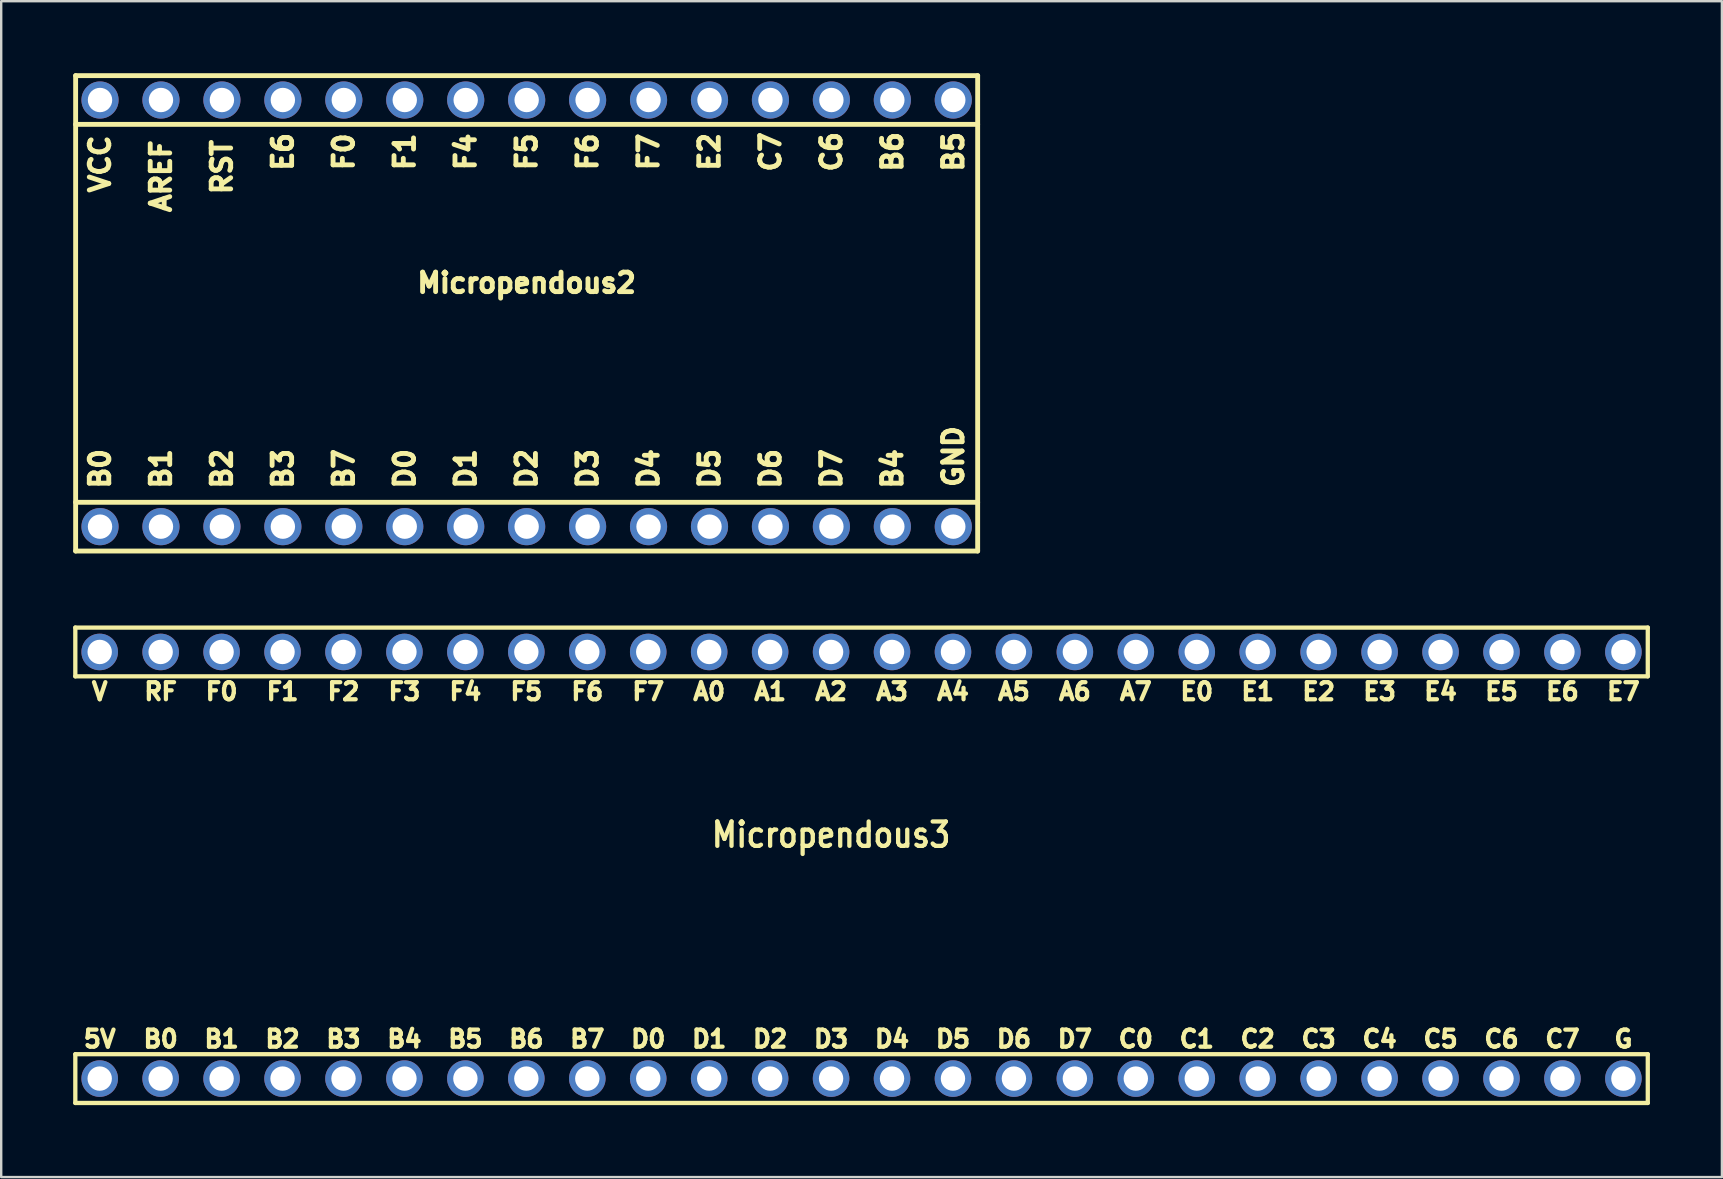
<source format=kicad_pcb>
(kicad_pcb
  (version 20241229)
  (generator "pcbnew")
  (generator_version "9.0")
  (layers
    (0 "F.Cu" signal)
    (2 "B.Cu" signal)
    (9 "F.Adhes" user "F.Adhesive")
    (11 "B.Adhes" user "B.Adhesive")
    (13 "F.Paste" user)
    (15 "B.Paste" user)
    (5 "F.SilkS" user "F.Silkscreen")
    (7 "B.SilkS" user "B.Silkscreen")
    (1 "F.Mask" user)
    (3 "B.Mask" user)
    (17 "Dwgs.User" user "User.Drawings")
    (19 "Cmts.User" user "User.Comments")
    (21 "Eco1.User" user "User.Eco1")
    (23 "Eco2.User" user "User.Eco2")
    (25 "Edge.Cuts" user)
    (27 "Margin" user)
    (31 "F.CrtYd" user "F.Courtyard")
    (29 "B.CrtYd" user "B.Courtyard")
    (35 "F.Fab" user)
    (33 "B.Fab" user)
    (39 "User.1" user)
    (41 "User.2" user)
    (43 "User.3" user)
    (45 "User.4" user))
  (footprint "Micropendous3"
    (layer "F.Cu")
    (at 31.585 31.74)
    (property "Reference" "Micropendous3" (at 0 0 0) (layer "F.SilkS") (effects (font (size 1.016 0.889) (thickness 0.178))))
    (attr through_hole)
    (fp_line (start -31.496 -8.636) (end 34.036 -8.636) (stroke (width 0.178) (type solid)) (layer "F.SilkS"))
    (fp_line (start -31.496 -6.604) (end -31.496 -8.636) (stroke (width 0.178) (type solid)) (layer "F.SilkS"))
    (fp_line (start -31.496 9.144) (end 34.036 9.144) (stroke (width 0.178) (type solid)) (layer "F.SilkS"))
    (fp_line (start -31.496 11.176) (end -31.496 9.144) (stroke (width 0.178) (type solid)) (layer "F.SilkS"))
    (fp_line (start 34.036 -8.636) (end 34.036 -6.604) (stroke (width 0.178) (type solid)) (layer "F.SilkS"))
    (fp_line (start 34.036 -6.604) (end -31.496 -6.604) (stroke (width 0.178) (type solid)) (layer "F.SilkS"))
    (fp_line (start 34.036 9.144) (end 34.036 11.176) (stroke (width 0.178) (type solid)) (layer "F.SilkS"))
    (fp_line (start 34.036 11.176) (end -31.496 11.176) (stroke (width 0.178) (type solid)) (layer "F.SilkS"))
    (fp_text user "A5" (at 7.62 -5.969 0) (layer "F.SilkS") (effects (font (size 0.711 0.711) (thickness 0.178))))
    (fp_text user "C1" (at 15.24 8.509 0) (layer "F.SilkS") (effects (font (size 0.711 0.711) (thickness 0.178))))
    (fp_text user "C6" (at 27.94 8.509 0) (layer "F.SilkS") (effects (font (size 0.711 0.711) (thickness 0.178))))
    (fp_text user "B6" (at -12.7 8.509 0) (layer "F.SilkS") (effects (font (size 0.711 0.711) (thickness 0.178))))
    (fp_text user "D7" (at 10.16 8.509 0) (layer "F.SilkS") (effects (font (size 0.711 0.711) (thickness 0.178))))
    (fp_text user "F3" (at -17.78 -5.969 0) (layer "F.SilkS") (effects (font (size 0.711 0.711) (thickness 0.178))))
    (fp_text user "D4" (at 2.54 8.509 0) (layer "F.SilkS") (effects (font (size 0.711 0.711) (thickness 0.178))))
    (fp_text user "A1" (at -2.54 -5.969 0) (layer "F.SilkS") (effects (font (size 0.711 0.711) (thickness 0.178))))
    (fp_text user "E7" (at 33.02 -5.969 0) (layer "F.SilkS") (effects (font (size 0.711 0.711) (thickness 0.178))))
    (fp_text user "D6" (at 7.62 8.509 0) (layer "F.SilkS") (effects (font (size 0.711 0.711) (thickness 0.178))))
    (fp_text user "E5" (at 27.94 -5.969 0) (layer "F.SilkS") (effects (font (size 0.711 0.711) (thickness 0.178))))
    (fp_text user "B5" (at -15.24 8.509 0) (layer "F.SilkS") (effects (font (size 0.711 0.711) (thickness 0.178))))
    (fp_text user "F4" (at -15.24 -5.969 0) (layer "F.SilkS") (effects (font (size 0.711 0.711) (thickness 0.178))))
    (fp_text user "5V" (at -30.48 8.509 0) (layer "F.SilkS") (effects (font (size 0.711 0.711) (thickness 0.178))))
    (fp_text user "A0" (at -5.08 -5.969 0) (layer "F.SilkS") (effects (font (size 0.711 0.711) (thickness 0.178))))
    (fp_text user "B1" (at -25.4 8.509 0) (layer "F.SilkS") (effects (font (size 0.711 0.711) (thickness 0.178))))
    (fp_text user "D0" (at -7.62 8.509 0) (layer "F.SilkS") (effects (font (size 0.711 0.711) (thickness 0.178))))
    (fp_text user "A3" (at 2.54 -5.969 0) (layer "F.SilkS") (effects (font (size 0.711 0.711) (thickness 0.178))))
    (fp_text user "A6" (at 10.16 -5.969 0) (layer "F.SilkS") (effects (font (size 0.711 0.711) (thickness 0.178))))
    (fp_text user "A2" (at 0 -5.969 0) (layer "F.SilkS") (effects (font (size 0.711 0.711) (thickness 0.178))))
    (fp_text user "A7" (at 12.7 -5.969 0) (layer "F.SilkS") (effects (font (size 0.711 0.711) (thickness 0.178))))
    (fp_text user "E3" (at 22.86 -5.969 0) (layer "F.SilkS") (effects (font (size 0.711 0.711) (thickness 0.178))))
    (fp_text user "B7" (at -10.16 8.509 0) (layer "F.SilkS") (effects (font (size 0.711 0.711) (thickness 0.178))))
    (fp_text user "E4" (at 25.4 -5.969 0) (layer "F.SilkS") (effects (font (size 0.711 0.711) (thickness 0.178))))
    (fp_text user "B0" (at -27.94 8.509 0) (layer "F.SilkS") (effects (font (size 0.711 0.711) (thickness 0.178))))
    (fp_text user "F5" (at -12.7 -5.969 0) (layer "F.SilkS") (effects (font (size 0.711 0.711) (thickness 0.178))))
    (fp_text user "F6" (at -10.16 -5.969 0) (layer "F.SilkS") (effects (font (size 0.711 0.711) (thickness 0.178))))
    (fp_text user "D1" (at -5.08 8.509 0) (layer "F.SilkS") (effects (font (size 0.711 0.711) (thickness 0.178))))
    (fp_text user "E2" (at 20.32 -5.969 0) (layer "F.SilkS") (effects (font (size 0.711 0.711) (thickness 0.178))))
    (fp_text user "F7" (at -7.62 -5.969 0) (layer "F.SilkS") (effects (font (size 0.711 0.711) (thickness 0.178))))
    (fp_text user "B2" (at -22.86 8.509 0) (layer "F.SilkS") (effects (font (size 0.711 0.711) (thickness 0.178))))
    (fp_text user "F0" (at -25.4 -5.969 0) (layer "F.SilkS") (effects (font (size 0.711 0.711) (thickness 0.178))))
    (fp_text user "F2" (at -20.32 -5.969 0) (layer "F.SilkS") (effects (font (size 0.711 0.711) (thickness 0.178))))
    (fp_text user "E6" (at 30.48 -5.969 0) (layer "F.SilkS") (effects (font (size 0.711 0.711) (thickness 0.178))))
    (fp_text user "E1" (at 17.78 -5.969 0) (layer "F.SilkS") (effects (font (size 0.711 0.711) (thickness 0.178))))
    (fp_text user "RF" (at -27.94 -5.969 0) (layer "F.SilkS") (effects (font (size 0.711 0.711) (thickness 0.178))))
    (fp_text user "C7" (at 30.48 8.509 0) (layer "F.SilkS") (effects (font (size 0.711 0.711) (thickness 0.178))))
    (fp_text user "D3" (at 0 8.509 0) (layer "F.SilkS") (effects (font (size 0.711 0.711) (thickness 0.178))))
    (fp_text user "C4" (at 22.86 8.509 0) (layer "F.SilkS") (effects (font (size 0.711 0.711) (thickness 0.178))))
    (fp_text user "B3" (at -20.32 8.509 0) (layer "F.SilkS") (effects (font (size 0.711 0.711) (thickness 0.178))))
    (fp_text user "F1" (at -22.86 -5.969 0) (layer "F.SilkS") (effects (font (size 0.711 0.711) (thickness 0.178))))
    (fp_text user "D5" (at 5.08 8.509 0) (layer "F.SilkS") (effects (font (size 0.711 0.711) (thickness 0.178))))
    (fp_text user "V" (at -30.48 -5.969 0) (layer "F.SilkS") (effects (font (size 0.711 0.711) (thickness 0.178))))
    (fp_text user "A4" (at 5.08 -5.969 0) (layer "F.SilkS") (effects (font (size 0.711 0.711) (thickness 0.178))))
    (fp_text user "C5" (at 25.4 8.509 0) (layer "F.SilkS") (effects (font (size 0.711 0.711) (thickness 0.178))))
    (fp_text user "C0" (at 12.7 8.509 0) (layer "F.SilkS") (effects (font (size 0.711 0.711) (thickness 0.178))))
    (fp_text user "C3" (at 20.32 8.509 0) (layer "F.SilkS") (effects (font (size 0.711 0.711) (thickness 0.178))))
    (fp_text user "B4" (at -17.78 8.509 0) (layer "F.SilkS") (effects (font (size 0.711 0.711) (thickness 0.178))))
    (fp_text user "C2" (at 17.78 8.509 0) (layer "F.SilkS") (effects (font (size 0.711 0.711) (thickness 0.178))))
    (fp_text user "G" (at 33.02 8.509 0) (layer "F.SilkS") (effects (font (size 0.711 0.711) (thickness 0.178))))
    (fp_text user "D2" (at -2.54 8.509 0) (layer "F.SilkS") (effects (font (size 0.711 0.711) (thickness 0.178))))
    (fp_text user "E0" (at 15.24 -5.969 0) (layer "F.SilkS") (effects (font (size 0.711 0.711) (thickness 0.178))))
    (pad "1" thru_hole circle (at -30.48 -7.62) (size 1.524 1.524) (drill 1.016) (layers "*.Cu" "*.Mask"))
    (pad "2" thru_hole circle (at -27.94 -7.62) (size 1.524 1.524) (drill 1.016) (layers "*.Cu" "*.Mask"))
    (pad "3" thru_hole circle (at -25.4 -7.62) (size 1.524 1.524) (drill 1.016) (layers "*.Cu" "*.Mask"))
    (pad "4" thru_hole circle (at -22.86 -7.62) (size 1.524 1.524) (drill 1.016) (layers "*.Cu" "*.Mask"))
    (pad "5" thru_hole circle (at -20.32 -7.62) (size 1.524 1.524) (drill 1.016) (layers "*.Cu" "*.Mask"))
    (pad "6" thru_hole circle (at -17.78 -7.62) (size 1.524 1.524) (drill 1.016) (layers "*.Cu" "*.Mask"))
    (pad "7" thru_hole circle (at -15.24 -7.62) (size 1.524 1.524) (drill 1.016) (layers "*.Cu" "*.Mask"))
    (pad "8" thru_hole circle (at -12.7 -7.62) (size 1.524 1.524) (drill 1.016) (layers "*.Cu" "*.Mask"))
    (pad "9" thru_hole circle (at -10.16 -7.62) (size 1.524 1.524) (drill 1.016) (layers "*.Cu" "*.Mask"))
    (pad "10" thru_hole circle (at -7.62 -7.62) (size 1.524 1.524) (drill 1.016) (layers "*.Cu" "*.Mask"))
    (pad "11" thru_hole circle (at -5.08 -7.62) (size 1.524 1.524) (drill 1.016) (layers "*.Cu" "*.Mask"))
    (pad "12" thru_hole circle (at -2.54 -7.62) (size 1.524 1.524) (drill 1.016) (layers "*.Cu" "*.Mask"))
    (pad "13" thru_hole circle (at 0 -7.62) (size 1.524 1.524) (drill 1.016) (layers "*.Cu" "*.Mask"))
    (pad "14" thru_hole circle (at 2.54 -7.62) (size 1.524 1.524) (drill 1.016) (layers "*.Cu" "*.Mask"))
    (pad "15" thru_hole circle (at 5.08 -7.62) (size 1.524 1.524) (drill 1.016) (layers "*.Cu" "*.Mask"))
    (pad "16" thru_hole circle (at 7.62 -7.62) (size 1.524 1.524) (drill 1.016) (layers "*.Cu" "*.Mask"))
    (pad "17" thru_hole circle (at 10.16 -7.62) (size 1.524 1.524) (drill 1.016) (layers "*.Cu" "*.Mask"))
    (pad "18" thru_hole circle (at 12.7 -7.62) (size 1.524 1.524) (drill 1.016) (layers "*.Cu" "*.Mask"))
    (pad "19" thru_hole circle (at 15.24 -7.62) (size 1.524 1.524) (drill 1.016) (layers "*.Cu" "*.Mask"))
    (pad "20" thru_hole circle (at 17.78 -7.62) (size 1.524 1.524) (drill 1.016) (layers "*.Cu" "*.Mask"))
    (pad "21" thru_hole circle (at 20.32 -7.62) (size 1.524 1.524) (drill 1.016) (layers "*.Cu" "*.Mask"))
    (pad "22" thru_hole circle (at 22.86 -7.62) (size 1.524 1.524) (drill 1.016) (layers "*.Cu" "*.Mask"))
    (pad "23" thru_hole circle (at 25.4 -7.62) (size 1.524 1.524) (drill 1.016) (layers "*.Cu" "*.Mask"))
    (pad "24" thru_hole circle (at 27.94 -7.62) (size 1.524 1.524) (drill 1.016) (layers "*.Cu" "*.Mask"))
    (pad "25" thru_hole circle (at 30.48 -7.62) (size 1.524 1.524) (drill 1.016) (layers "*.Cu" "*.Mask"))
    (pad "26" thru_hole circle (at 33.02 -7.62) (size 1.524 1.524) (drill 1.016) (layers "*.Cu" "*.Mask"))
    (pad "27" thru_hole circle (at -30.48 10.16) (size 1.524 1.524) (drill 1.016) (layers "*.Cu" "*.Mask"))
    (pad "28" thru_hole circle (at -27.94 10.16) (size 1.524 1.524) (drill 1.016) (layers "*.Cu" "*.Mask"))
    (pad "29" thru_hole circle (at -25.4 10.16) (size 1.524 1.524) (drill 1.016) (layers "*.Cu" "*.Mask"))
    (pad "30" thru_hole circle (at -22.86 10.16) (size 1.524 1.524) (drill 1.016) (layers "*.Cu" "*.Mask"))
    (pad "31" thru_hole circle (at -20.32 10.16) (size 1.524 1.524) (drill 1.016) (layers "*.Cu" "*.Mask"))
    (pad "32" thru_hole circle (at -17.78 10.16) (size 1.524 1.524) (drill 1.016) (layers "*.Cu" "*.Mask"))
    (pad "33" thru_hole circle (at -15.24 10.16) (size 1.524 1.524) (drill 1.016) (layers "*.Cu" "*.Mask"))
    (pad "34" thru_hole circle (at -12.7 10.16) (size 1.524 1.524) (drill 1.016) (layers "*.Cu" "*.Mask"))
    (pad "35" thru_hole circle (at -10.16 10.16) (size 1.524 1.524) (drill 1.016) (layers "*.Cu" "*.Mask"))
    (pad "36" thru_hole circle (at -7.62 10.16) (size 1.524 1.524) (drill 1.016) (layers "*.Cu" "*.Mask"))
    (pad "37" thru_hole circle (at -5.08 10.16) (size 1.524 1.524) (drill 1.016) (layers "*.Cu" "*.Mask"))
    (pad "38" thru_hole circle (at -2.54 10.16) (size 1.524 1.524) (drill 1.016) (layers "*.Cu" "*.Mask"))
    (pad "39" thru_hole circle (at 0 10.16) (size 1.524 1.524) (drill 1.016) (layers "*.Cu" "*.Mask"))
    (pad "40" thru_hole circle (at 2.54 10.16) (size 1.524 1.524) (drill 1.016) (layers "*.Cu" "*.Mask"))
    (pad "41" thru_hole circle (at 5.08 10.16) (size 1.524 1.524) (drill 1.016) (layers "*.Cu" "*.Mask"))
    (pad "42" thru_hole circle (at 7.62 10.16) (size 1.524 1.524) (drill 1.016) (layers "*.Cu" "*.Mask"))
    (pad "43" thru_hole circle (at 10.16 10.16) (size 1.524 1.524) (drill 1.016) (layers "*.Cu" "*.Mask"))
    (pad "44" thru_hole circle (at 12.7 10.16) (size 1.524 1.524) (drill 1.016) (layers "*.Cu" "*.Mask"))
    (pad "45" thru_hole circle (at 15.24 10.16) (size 1.524 1.524) (drill 1.016) (layers "*.Cu" "*.Mask"))
    (pad "46" thru_hole circle (at 17.78 10.16) (size 1.524 1.524) (drill 1.016) (layers "*.Cu" "*.Mask"))
    (pad "47" thru_hole circle (at 20.32 10.16) (size 1.524 1.524) (drill 1.016) (layers "*.Cu" "*.Mask"))
    (pad "48" thru_hole circle (at 22.86 10.16) (size 1.524 1.524) (drill 1.016) (layers "*.Cu" "*.Mask"))
    (pad "49" thru_hole circle (at 25.4 10.16) (size 1.524 1.524) (drill 1.016) (layers "*.Cu" "*.Mask"))
    (pad "50" thru_hole circle (at 27.94 10.16) (size 1.524 1.524) (drill 1.016) (layers "*.Cu" "*.Mask"))
    (pad "51" thru_hole circle (at 30.48 10.16) (size 1.524 1.524) (drill 1.016) (layers "*.Cu" "*.Mask"))
    (pad "52" thru_hole circle (at 33.02 10.16) (size 1.524 1.524) (drill 1.016) (layers "*.Cu" "*.Mask")))
  (footprint "Micropendous2"
    (layer "F.Cu")
    (at 18.898 10.008)
    (property "Reference" "Micropendous2" (at 0 -1.27 0) (layer "F.SilkS") (effects (font (size 0.813 0.813) (thickness 0.203))))
    (attr through_hole)
    (fp_line (start -18.796 -9.906) (end -18.796 9.906) (stroke (width 0.203) (type solid)) (layer "F.SilkS"))
    (fp_line (start -18.796 7.874) (end 18.796 7.874) (stroke (width 0.203) (type solid)) (layer "F.SilkS"))
    (fp_line (start 18.796 -9.906) (end -18.796 -9.906) (stroke (width 0.203) (type solid)) (layer "F.SilkS"))
    (fp_line (start 18.796 -9.906) (end 18.796 9.906) (stroke (width 0.203) (type solid)) (layer "F.SilkS"))
    (fp_line (start 18.796 -7.874) (end -18.796 -7.874) (stroke (width 0.203) (type solid)) (layer "F.SilkS"))
    (fp_line (start 18.796 9.906) (end -18.796 9.906) (stroke (width 0.203) (type solid)) (layer "F.SilkS"))
    (fp_text user "B6" (at 15.24 -6.731 90) (layer "F.SilkS") (effects (font (size 0.813 0.813) (thickness 0.203))))
    (fp_text user "D6" (at 10.16 6.477 90) (layer "F.SilkS") (effects (font (size 0.813 0.813) (thickness 0.203))))
    (fp_text user "D2" (at 0 6.477 90) (layer "F.SilkS") (effects (font (size 0.813 0.813) (thickness 0.203))))
    (fp_text user "B0" (at -17.78 6.477 90) (layer "F.SilkS") (effects (font (size 0.813 0.813) (thickness 0.203))))
    (fp_text user "D0" (at -5.08 6.477 90) (layer "F.SilkS") (effects (font (size 0.813 0.813) (thickness 0.203))))
    (fp_text user "B5" (at 17.78 -6.731 90) (layer "F.SilkS") (effects (font (size 0.813 0.813) (thickness 0.203))))
    (fp_text user "D1" (at -2.54 6.477 90) (layer "F.SilkS") (effects (font (size 0.813 0.813) (thickness 0.203))))
    (fp_text user "B2" (at -12.7 6.477 90) (layer "F.SilkS") (effects (font (size 0.813 0.813) (thickness 0.203))))
    (fp_text user "B3" (at -10.16 6.477 90) (layer "F.SilkS") (effects (font (size 0.813 0.813) (thickness 0.203))))
    (fp_text user "RST" (at -12.7 -6.096 90) (layer "F.SilkS") (effects (font (size 0.813 0.813) (thickness 0.203))))
    (fp_text user "AREF" (at -15.24 -5.715 90) (layer "F.SilkS") (effects (font (size 0.813 0.813) (thickness 0.203))))
    (fp_text user "F1" (at -5.08 -6.731 90) (layer "F.SilkS") (effects (font (size 0.813 0.813) (thickness 0.203))))
    (fp_text user "F7" (at 5.08 -6.731 90) (layer "F.SilkS") (effects (font (size 0.813 0.813) (thickness 0.203))))
    (fp_text user "D3" (at 2.54 6.477 90) (layer "F.SilkS") (effects (font (size 0.813 0.813) (thickness 0.203))))
    (fp_text user "F0" (at -7.62 -6.731 90) (layer "F.SilkS") (effects (font (size 0.813 0.813) (thickness 0.203))))
    (fp_text user "C7" (at 10.16 -6.731 90) (layer "F.SilkS") (effects (font (size 0.813 0.813) (thickness 0.203))))
    (fp_text user "F4" (at -2.54 -6.731 90) (layer "F.SilkS") (effects (font (size 0.813 0.813) (thickness 0.203))))
    (fp_text user "E6" (at -10.16 -6.731 90) (layer "F.SilkS") (effects (font (size 0.813 0.813) (thickness 0.203))))
    (fp_text user "D5" (at 7.62 6.477 90) (layer "F.SilkS") (effects (font (size 0.813 0.813) (thickness 0.203))))
    (fp_text user "GND" (at 17.78 5.969 90) (layer "F.SilkS") (effects (font (size 0.813 0.813) (thickness 0.203))))
    (fp_text user "F6" (at 2.54 -6.731 90) (layer "F.SilkS") (effects (font (size 0.813 0.813) (thickness 0.203))))
    (fp_text user "D7" (at 12.7 6.477 90) (layer "F.SilkS") (effects (font (size 0.813 0.813) (thickness 0.203))))
    (fp_text user "B7" (at -7.62 6.477 90) (layer "F.SilkS") (effects (font (size 0.813 0.813) (thickness 0.203))))
    (fp_text user "VCC" (at -17.78 -6.223 90) (layer "F.SilkS") (effects (font (size 0.813 0.813) (thickness 0.203))))
    (fp_text user "B4" (at 15.24 6.477 90) (layer "F.SilkS") (effects (font (size 0.813 0.813) (thickness 0.203))))
    (fp_text user "F5" (at 0 -6.731 90) (layer "F.SilkS") (effects (font (size 0.813 0.813) (thickness 0.203))))
    (fp_text user "D4" (at 5.08 6.477 90) (layer "F.SilkS") (effects (font (size 0.813 0.813) (thickness 0.203))))
    (fp_text user "C6" (at 12.7 -6.731 90) (layer "F.SilkS") (effects (font (size 0.813 0.813) (thickness 0.203))))
    (fp_text user "E2" (at 7.62 -6.731 90) (layer "F.SilkS") (effects (font (size 0.813 0.813) (thickness 0.203))))
    (fp_text user "B1" (at -15.24 6.477 90) (layer "F.SilkS") (effects (font (size 0.813 0.813) (thickness 0.203))))
    (pad "1" thru_hole circle (at -17.78 8.89) (size 1.549 1.549) (drill 1.016) (layers "*.Cu" "*.Mask"))
    (pad "2" thru_hole circle (at -15.24 8.89) (size 1.549 1.549) (drill 1.016) (layers "*.Cu" "*.Mask"))
    (pad "3" thru_hole circle (at -12.7 8.89) (size 1.549 1.549) (drill 1.016) (layers "*.Cu" "*.Mask"))
    (pad "4" thru_hole circle (at -10.16 8.89) (size 1.549 1.549) (drill 1.016) (layers "*.Cu" "*.Mask"))
    (pad "5" thru_hole circle (at -7.62 8.89) (size 1.549 1.549) (drill 1.016) (layers "*.Cu" "*.Mask"))
    (pad "6" thru_hole circle (at -5.08 8.89) (size 1.549 1.549) (drill 1.016) (layers "*.Cu" "*.Mask"))
    (pad "7" thru_hole circle (at -2.54 8.89) (size 1.549 1.549) (drill 1.016) (layers "*.Cu" "*.Mask"))
    (pad "8" thru_hole circle (at 0 8.89) (size 1.549 1.549) (drill 1.016) (layers "*.Cu" "*.Mask"))
    (pad "9" thru_hole circle (at 2.54 8.89) (size 1.549 1.549) (drill 1.016) (layers "*.Cu" "*.Mask"))
    (pad "10" thru_hole circle (at 5.08 8.89) (size 1.549 1.549) (drill 1.016) (layers "*.Cu" "*.Mask"))
    (pad "11" thru_hole circle (at 7.62 8.89) (size 1.549 1.549) (drill 1.016) (layers "*.Cu" "*.Mask"))
    (pad "12" thru_hole circle (at 10.16 8.89) (size 1.549 1.549) (drill 1.016) (layers "*.Cu" "*.Mask"))
    (pad "13" thru_hole circle (at 12.7 8.89) (size 1.549 1.549) (drill 1.016) (layers "*.Cu" "*.Mask"))
    (pad "14" thru_hole circle (at 15.24 8.89) (size 1.549 1.549) (drill 1.016) (layers "*.Cu" "*.Mask"))
    (pad "15" thru_hole circle (at 17.78 8.89) (size 1.549 1.549) (drill 1.016) (layers "*.Cu" "*.Mask"))
    (pad "16" thru_hole circle (at 17.78 -8.89) (size 1.549 1.549) (drill 1.016) (layers "*.Cu" "*.Mask"))
    (pad "17" thru_hole circle (at 15.24 -8.89) (size 1.549 1.549) (drill 1.016) (layers "*.Cu" "*.Mask"))
    (pad "18" thru_hole circle (at 12.7 -8.89) (size 1.549 1.549) (drill 1.016) (layers "*.Cu" "*.Mask"))
    (pad "19" thru_hole circle (at 10.16 -8.89) (size 1.549 1.549) (drill 1.016) (layers "*.Cu" "*.Mask"))
    (pad "20" thru_hole circle (at 7.62 -8.89) (size 1.549 1.549) (drill 1.016) (layers "*.Cu" "*.Mask"))
    (pad "21" thru_hole circle (at 5.08 -8.89) (size 1.549 1.549) (drill 1.016) (layers "*.Cu" "*.Mask"))
    (pad "22" thru_hole circle (at 2.54 -8.89) (size 1.549 1.549) (drill 1.016) (layers "*.Cu" "*.Mask"))
    (pad "23" thru_hole circle (at 0 -8.89) (size 1.549 1.549) (drill 1.016) (layers "*.Cu" "*.Mask"))
    (pad "24" thru_hole circle (at -2.54 -8.89) (size 1.549 1.549) (drill 1.016) (layers "*.Cu" "*.Mask"))
    (pad "25" thru_hole circle (at -5.08 -8.89) (size 1.549 1.549) (drill 1.016) (layers "*.Cu" "*.Mask"))
    (pad "26" thru_hole circle (at -7.62 -8.89) (size 1.549 1.549) (drill 1.016) (layers "*.Cu" "*.Mask"))
    (pad "27" thru_hole circle (at -10.16 -8.89) (size 1.549 1.549) (drill 1.016) (layers "*.Cu" "*.Mask"))
    (pad "28" thru_hole circle (at -12.7 -8.89) (size 1.549 1.549) (drill 1.016) (layers "*.Cu" "*.Mask"))
    (pad "29" thru_hole circle (at -15.24 -8.89) (size 1.549 1.549) (drill 1.016) (layers "*.Cu" "*.Mask"))
    (pad "30" thru_hole circle (at -17.78 -8.89) (size 1.549 1.549) (drill 1.016) (layers "*.Cu" "*.Mask")))
  (gr_rect
    (start -3 -3)
    (end 68.71 46.005)
    (stroke (width 0.1) (type default))
    (fill no)
    (layer "Edge.Cuts")))
</source>
